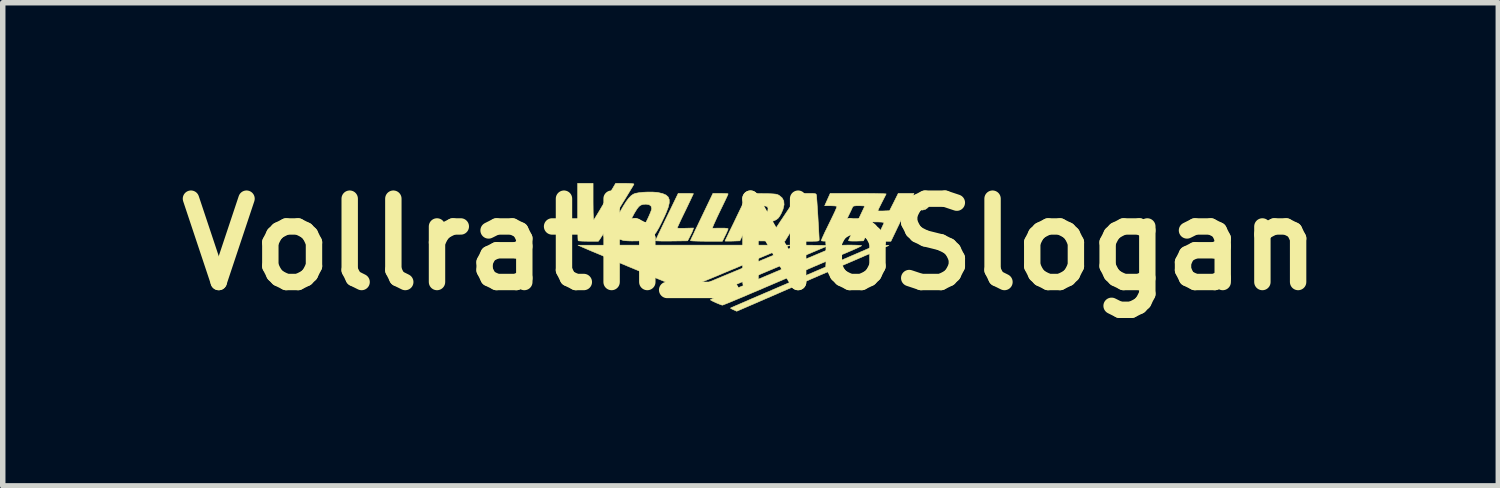
<source format=kicad_pcb>
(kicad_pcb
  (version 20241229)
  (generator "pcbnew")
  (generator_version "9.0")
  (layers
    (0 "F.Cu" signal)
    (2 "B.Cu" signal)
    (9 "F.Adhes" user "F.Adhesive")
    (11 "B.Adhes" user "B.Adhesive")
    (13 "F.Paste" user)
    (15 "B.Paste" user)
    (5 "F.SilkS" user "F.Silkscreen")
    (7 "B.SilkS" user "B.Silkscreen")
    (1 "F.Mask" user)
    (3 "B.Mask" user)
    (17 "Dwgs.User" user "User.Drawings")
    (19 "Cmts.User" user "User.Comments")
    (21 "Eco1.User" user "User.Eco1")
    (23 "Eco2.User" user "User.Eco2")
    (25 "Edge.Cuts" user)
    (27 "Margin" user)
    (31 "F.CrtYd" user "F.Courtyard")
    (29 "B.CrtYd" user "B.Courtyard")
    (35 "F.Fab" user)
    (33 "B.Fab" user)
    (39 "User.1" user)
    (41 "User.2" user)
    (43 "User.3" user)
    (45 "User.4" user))
  (footprint "Vollrath_NoSlogan"
    (layer "F.Cu")
    (at 10.675 1.418)
    (property "Reference" "Vollrath_NoSlogan" (at 0 0 0) (layer "F.SilkS") (effects (font (size 1.524 1.524) (thickness 0.3))))
    (attr through_hole)
    (fp_poly (pts (xy 3.142 -0.844) (xy 3.184 -0.834) (xy 3.21 -0.814) (xy 3.215 -0.791) (xy 3.201 -0.771) (xy 3.186 -0.75) (xy 3.192 -0.729) (xy 3.2 -0.702) (xy 3.192 -0.695) (xy 3.173 -0.709) (xy 3.167 -0.717) (xy 3.143 -0.743) (xy 3.125 -0.744) (xy 3.119 -0.721) (xy 3.119 -0.72) (xy 3.113 -0.697) (xy 3.104 -0.691) (xy 3.097 -0.704) (xy 3.092 -0.737) (xy 3.09 -0.77) (xy 3.09 -0.797) (xy 3.119 -0.797) (xy 3.128 -0.78) (xy 3.15 -0.779) (xy 3.175 -0.788) (xy 3.182 -0.797) (xy 3.17 -0.81) (xy 3.15 -0.816) (xy 3.124 -0.812) (xy 3.119 -0.797) (xy 3.09 -0.797) (xy 3.09 -0.848) (xy 3.142 -0.844)) (stroke (width 0.01) (type solid)) (fill yes) (layer "F.SilkS"))
    (fp_poly (pts (xy 3.2 -0.893) (xy 3.247 -0.862) (xy 3.278 -0.82) (xy 3.288 -0.773) (xy 3.288 -0.77) (xy 3.276 -0.717) (xy 3.243 -0.671) (xy 3.198 -0.64) (xy 3.146 -0.626) (xy 3.096 -0.634) (xy 3.058 -0.661) (xy 3.026 -0.7) (xy 3.007 -0.743) (xy 3.007 -0.749) (xy 3.044 -0.749) (xy 3.064 -0.702) (xy 3.081 -0.683) (xy 3.125 -0.655) (xy 3.165 -0.654) (xy 3.207 -0.679) (xy 3.218 -0.69) (xy 3.252 -0.737) (xy 3.257 -0.785) (xy 3.234 -0.833) (xy 3.23 -0.838) (xy 3.192 -0.867) (xy 3.144 -0.876) (xy 3.097 -0.866) (xy 3.069 -0.846) (xy 3.045 -0.801) (xy 3.044 -0.749) (xy 3.007 -0.749) (xy 3.006 -0.758) (xy 3.017 -0.816) (xy 3.049 -0.862) (xy 3.094 -0.892) (xy 3.146 -0.903) (xy 3.2 -0.893)) (stroke (width 0.01) (type solid)) (fill yes) (layer "F.SilkS"))
    (fp_poly (pts (xy -1.124 -0.931) (xy -1.078 -0.929) (xy -1.05 -0.927) (xy -1.044 -0.926) (xy -1.05 -0.912) (xy -1.067 -0.877) (xy -1.092 -0.823) (xy -1.125 -0.754) (xy -1.163 -0.674) (xy -1.192 -0.614) (xy -1.234 -0.528) (xy -1.271 -0.451) (xy -1.301 -0.386) (xy -1.324 -0.336) (xy -1.338 -0.306) (xy -1.341 -0.299) (xy -1.327 -0.295) (xy -1.292 -0.293) (xy -1.24 -0.293) (xy -1.191 -0.294) (xy -1.042 -0.298) (xy -1.052 -0.266) (xy -1.063 -0.236) (xy -1.084 -0.192) (xy -1.106 -0.148) (xy -1.15 -0.064) (xy -1.443 -0.06) (xy -1.53 -0.059) (xy -1.607 -0.059) (xy -1.67 -0.061) (xy -1.714 -0.063) (xy -1.735 -0.066) (xy -1.736 -0.067) (xy -1.73 -0.082) (xy -1.713 -0.119) (xy -1.687 -0.175) (xy -1.652 -0.248) (xy -1.611 -0.334) (xy -1.565 -0.43) (xy -1.529 -0.504) (xy -1.322 -0.931) (xy -1.183 -0.931) (xy -1.124 -0.931)) (stroke (width 0.01) (type solid)) (fill yes) (layer "F.SilkS"))
    (fp_poly (pts (xy 0.445 0.133) (xy 0.373 0.163) (xy 0.28 0.202) (xy 0.169 0.248) (xy 0.043 0.301) (xy -0.092 0.357) (xy -0.232 0.417) (xy -0.375 0.476) (xy -0.501 0.529) (xy -0.631 0.584) (xy -0.755 0.635) (xy -0.869 0.682) (xy -0.97 0.723) (xy -1.057 0.758) (xy -1.127 0.785) (xy -1.177 0.803) (xy -1.204 0.812) (xy -1.206 0.813) (xy -1.226 0.81) (xy -1.263 0.799) (xy -1.319 0.78) (xy -1.394 0.751) (xy -1.491 0.713) (xy -1.609 0.665) (xy -1.751 0.607) (xy -1.918 0.537) (xy -1.954 0.522) (xy -2.094 0.463) (xy -2.232 0.406) (xy -2.363 0.351) (xy -2.486 0.299) (xy -2.597 0.253) (xy -2.692 0.213) (xy -2.769 0.181) (xy -2.824 0.158) (xy -2.836 0.153) (xy -2.909 0.123) (xy -2.979 0.093) (xy -3.039 0.067) (xy -3.081 0.049) (xy -3.083 0.048) (xy -3.154 0.016) (xy -1.214 0.015) (xy 0.727 0.015) (xy 0.445 0.133)) (stroke (width 0.01) (type solid)) (fill yes) (layer "F.SilkS"))
    (fp_poly (pts (xy -0.489 -0.93) (xy -0.443 -0.928) (xy -0.415 -0.925) (xy -0.409 -0.922) (xy -0.415 -0.907) (xy -0.431 -0.871) (xy -0.455 -0.82) (xy -0.485 -0.758) (xy -0.496 -0.735) (xy -0.557 -0.609) (xy -0.606 -0.507) (xy -0.643 -0.426) (xy -0.67 -0.367) (xy -0.687 -0.326) (xy -0.695 -0.303) (xy -0.695 -0.295) (xy -0.677 -0.295) (xy -0.638 -0.295) (xy -0.584 -0.296) (xy -0.547 -0.296) (xy -0.478 -0.296) (xy -0.432 -0.292) (xy -0.41 -0.286) (xy -0.409 -0.283) (xy -0.415 -0.265) (xy -0.431 -0.228) (xy -0.453 -0.179) (xy -0.462 -0.163) (xy -0.514 -0.056) (xy -0.809 -0.056) (xy -0.9 -0.057) (xy -0.979 -0.059) (xy -1.04 -0.061) (xy -1.081 -0.064) (xy -1.098 -0.068) (xy -1.098 -0.069) (xy -1.091 -0.084) (xy -1.074 -0.122) (xy -1.046 -0.179) (xy -1.012 -0.253) (xy -0.97 -0.339) (xy -0.924 -0.436) (xy -0.89 -0.507) (xy -0.687 -0.931) (xy -0.548 -0.931) (xy -0.489 -0.93)) (stroke (width 0.01) (type solid)) (fill yes) (layer "F.SilkS"))
    (fp_poly (pts (xy 2.419 0.017) (xy 2.531 0.021) (xy 2.44 0.059) (xy 2.407 0.073) (xy 2.351 0.097) (xy 2.276 0.129) (xy 2.186 0.168) (xy 2.084 0.212) (xy 1.974 0.26) (xy 1.859 0.31) (xy 1.856 0.311) (xy 1.721 0.369) (xy 1.574 0.433) (xy 1.421 0.5) (xy 1.269 0.565) (xy 1.126 0.627) (xy 0.998 0.683) (xy 0.945 0.705) (xy 0.818 0.761) (xy 0.675 0.822) (xy 0.526 0.887) (xy 0.379 0.951) (xy 0.242 1.01) (xy 0.139 1.055) (xy -0.252 1.224) (xy -0.311 1.197) (xy -0.345 1.181) (xy -0.364 1.169) (xy -0.365 1.166) (xy -0.352 1.159) (xy -0.315 1.143) (xy -0.256 1.117) (xy -0.179 1.084) (xy -0.086 1.044) (xy 0.021 0.997) (xy 0.14 0.946) (xy 0.268 0.891) (xy 0.332 0.864) (xy 0.493 0.794) (xy 0.671 0.718) (xy 0.859 0.637) (xy 1.051 0.554) (xy 1.24 0.473) (xy 1.419 0.396) (xy 1.583 0.325) (xy 1.665 0.29) (xy 2.307 0.013) (xy 2.419 0.017)) (stroke (width 0.01) (type solid)) (fill yes) (layer "F.SilkS"))
    (fp_poly (pts (xy 1.145 0.017) (xy 1.425 0.021) (xy 1.252 0.095) (xy 1.199 0.117) (xy 1.124 0.149) (xy 1.032 0.188) (xy 0.926 0.233) (xy 0.81 0.281) (xy 0.69 0.332) (xy 0.572 0.382) (xy 0.433 0.44) (xy 0.281 0.504) (xy 0.122 0.571) (xy -0.037 0.638) (xy -0.188 0.702) (xy -0.324 0.759) (xy -0.385 0.785) (xy -0.491 0.829) (xy -0.589 0.87) (xy -0.676 0.905) (xy -0.749 0.935) (xy -0.804 0.957) (xy -0.839 0.97) (xy -0.851 0.973) (xy -0.87 0.968) (xy -0.909 0.953) (xy -0.961 0.931) (xy -0.999 0.915) (xy -1.052 0.889) (xy -1.093 0.868) (xy -1.116 0.852) (xy -1.119 0.846) (xy -1.102 0.838) (xy -1.065 0.82) (xy -1.012 0.797) (xy -0.95 0.771) (xy -0.945 0.769) (xy -0.903 0.752) (xy -0.838 0.725) (xy -0.752 0.689) (xy -0.649 0.646) (xy -0.53 0.596) (xy -0.4 0.542) (xy -0.26 0.484) (xy -0.114 0.423) (xy 0.035 0.36) (xy 0.041 0.358) (xy 0.866 0.014) (xy 1.145 0.017)) (stroke (width 0.01) (type solid)) (fill yes) (layer "F.SilkS"))
    (fp_poly (pts (xy -2.879 -0.773) (xy -2.878 -0.669) (xy -2.877 -0.581) (xy -2.874 -0.513) (xy -2.871 -0.467) (xy -2.868 -0.446) (xy -2.866 -0.445) (xy -2.856 -0.461) (xy -2.833 -0.497) (xy -2.8 -0.551) (xy -2.759 -0.619) (xy -2.712 -0.699) (xy -2.66 -0.786) (xy -2.66 -0.787) (xy -2.466 -1.115) (xy -2.299 -1.115) (xy -2.232 -1.114) (xy -2.179 -1.111) (xy -2.143 -1.107) (xy -2.131 -1.102) (xy -2.138 -1.088) (xy -2.158 -1.053) (xy -2.19 -1.001) (xy -2.231 -0.933) (xy -2.279 -0.854) (xy -2.333 -0.767) (xy -2.39 -0.674) (xy -2.45 -0.578) (xy -2.509 -0.483) (xy -2.566 -0.392) (xy -2.619 -0.307) (xy -2.666 -0.232) (xy -2.706 -0.169) (xy -2.736 -0.123) (xy -2.754 -0.095) (xy -2.782 -0.056) (xy -2.962 -0.056) (xy -3.031 -0.057) (xy -3.089 -0.059) (xy -3.131 -0.062) (xy -3.151 -0.065) (xy -3.151 -0.066) (xy -3.154 -0.082) (xy -3.156 -0.122) (xy -3.157 -0.185) (xy -3.159 -0.266) (xy -3.16 -0.363) (xy -3.161 -0.472) (xy -3.161 -0.59) (xy -3.161 -1.115) (xy -2.879 -1.115) (xy -2.879 -0.773)) (stroke (width 0.01) (type solid)) (fill yes) (layer "F.SilkS"))
    (fp_poly (pts (xy -1.785 -0.955) (xy -1.709 -0.95) (xy -1.686 -0.946) (xy -1.605 -0.927) (xy -1.545 -0.901) (xy -1.505 -0.865) (xy -1.486 -0.817) (xy -1.486 -0.755) (xy -1.505 -0.676) (xy -1.543 -0.578) (xy -1.569 -0.519) (xy -1.627 -0.398) (xy -1.677 -0.3) (xy -1.722 -0.224) (xy -1.766 -0.166) (xy -1.811 -0.124) (xy -1.861 -0.095) (xy -1.919 -0.077) (xy -1.986 -0.067) (xy -2.067 -0.062) (xy -2.095 -0.062) (xy -2.169 -0.061) (xy -2.238 -0.063) (xy -2.294 -0.067) (xy -2.326 -0.071) (xy -2.409 -0.098) (xy -2.469 -0.14) (xy -2.504 -0.19) (xy -2.518 -0.228) (xy -2.522 -0.268) (xy -2.515 -0.315) (xy -2.5 -0.362) (xy -2.212 -0.362) (xy -2.205 -0.329) (xy -2.18 -0.309) (xy -2.135 -0.299) (xy -2.079 -0.296) (xy -2.025 -0.298) (xy -1.99 -0.306) (xy -1.965 -0.321) (xy -1.96 -0.326) (xy -1.94 -0.354) (xy -1.913 -0.4) (xy -1.884 -0.457) (xy -1.856 -0.518) (xy -1.831 -0.576) (xy -1.813 -0.624) (xy -1.806 -0.655) (xy -1.806 -0.656) (xy -1.818 -0.698) (xy -1.852 -0.724) (xy -1.909 -0.734) (xy -1.914 -0.734) (xy -1.965 -0.73) (xy -2.006 -0.717) (xy -2.041 -0.691) (xy -2.076 -0.647) (xy -2.116 -0.582) (xy -2.128 -0.562) (xy -2.173 -0.476) (xy -2.201 -0.41) (xy -2.212 -0.362) (xy -2.5 -0.362) (xy -2.497 -0.372) (xy -2.466 -0.443) (xy -2.42 -0.531) (xy -2.383 -0.599) (xy -2.323 -0.703) (xy -2.272 -0.784) (xy -2.226 -0.845) (xy -2.184 -0.888) (xy -2.144 -0.916) (xy -2.107 -0.931) (xy -2.044 -0.943) (xy -1.963 -0.952) (xy -1.873 -0.956) (xy -1.785 -0.955)) (stroke (width 0.01) (type solid)) (fill yes) (layer "F.SilkS"))
    (fp_poly (pts (xy 1.9 0.015) (xy 1.961 0.017) (xy 2.006 0.02) (xy 2.029 0.023) (xy 2.032 0.025) (xy 2.02 0.034) (xy 1.986 0.051) (xy 1.936 0.075) (xy 1.874 0.102) (xy 1.859 0.109) (xy 1.809 0.13) (xy 1.737 0.161) (xy 1.646 0.199) (xy 1.54 0.245) (xy 1.423 0.294) (xy 1.299 0.347) (xy 1.17 0.402) (xy 1.094 0.435) (xy 0.946 0.498) (xy 0.786 0.566) (xy 0.618 0.637) (xy 0.45 0.709) (xy 0.288 0.778) (xy 0.139 0.842) (xy 0.008 0.897) (xy -0.001 0.901) (xy -0.112 0.949) (xy -0.216 0.992) (xy -0.309 1.031) (xy -0.388 1.064) (xy -0.451 1.089) (xy -0.494 1.106) (xy -0.515 1.113) (xy -0.516 1.113) (xy -0.534 1.107) (xy -0.571 1.093) (xy -0.62 1.073) (xy -0.631 1.068) (xy -0.679 1.046) (xy -0.715 1.028) (xy -0.733 1.016) (xy -0.734 1.015) (xy -0.721 1.007) (xy -0.689 0.991) (xy -0.641 0.97) (xy -0.61 0.957) (xy -0.574 0.942) (xy -0.515 0.917) (xy -0.436 0.884) (xy -0.339 0.843) (xy -0.227 0.796) (xy -0.103 0.743) (xy 0.03 0.687) (xy 0.169 0.628) (xy 0.268 0.586) (xy 0.464 0.503) (xy 0.635 0.43) (xy 0.785 0.366) (xy 0.914 0.311) (xy 1.025 0.264) (xy 1.119 0.225) (xy 1.198 0.191) (xy 1.265 0.163) (xy 1.321 0.139) (xy 1.367 0.12) (xy 1.407 0.103) (xy 1.441 0.089) (xy 1.472 0.076) (xy 1.501 0.064) (xy 1.506 0.062) (xy 1.553 0.043) (xy 1.59 0.03) (xy 1.626 0.022) (xy 1.667 0.017) (xy 1.72 0.015) (xy 1.791 0.014) (xy 1.827 0.014) (xy 1.9 0.015)) (stroke (width 0.01) (type solid)) (fill yes) (layer "F.SilkS"))
    (fp_poly (pts (xy 2.089 -0.931) (xy 2.196 -0.93) (xy 2.291 -0.929) (xy 2.37 -0.927) (xy 2.43 -0.925) (xy 2.468 -0.923) (xy 2.481 -0.921) (xy 2.481 -0.921) (xy 2.473 -0.905) (xy 2.455 -0.869) (xy 2.429 -0.819) (xy 2.402 -0.766) (xy 2.373 -0.708) (xy 2.349 -0.66) (xy 2.334 -0.626) (xy 2.328 -0.613) (xy 2.341 -0.61) (xy 2.376 -0.609) (xy 2.424 -0.609) (xy 2.436 -0.61) (xy 2.543 -0.614) (xy 2.623 -0.772) (xy 2.702 -0.931) (xy 2.846 -0.931) (xy 2.99 -0.931) (xy 2.869 -0.681) (xy 2.824 -0.587) (xy 2.775 -0.485) (xy 2.726 -0.385) (xy 2.683 -0.296) (xy 2.658 -0.243) (xy 2.568 -0.056) (xy 2.434 -0.056) (xy 2.37 -0.057) (xy 2.33 -0.06) (xy 2.308 -0.065) (xy 2.3 -0.074) (xy 2.3 -0.078) (xy 2.306 -0.099) (xy 2.323 -0.138) (xy 2.347 -0.191) (xy 2.371 -0.24) (xy 2.399 -0.298) (xy 2.422 -0.347) (xy 2.437 -0.381) (xy 2.441 -0.395) (xy 2.428 -0.402) (xy 2.392 -0.407) (xy 2.339 -0.409) (xy 2.236 -0.409) (xy 2.066 -0.064) (xy 1.929 -0.059) (xy 1.871 -0.059) (xy 1.825 -0.061) (xy 1.797 -0.065) (xy 1.792 -0.068) (xy 1.798 -0.084) (xy 1.815 -0.121) (xy 1.84 -0.176) (xy 1.873 -0.246) (xy 1.912 -0.327) (xy 1.94 -0.386) (xy 1.982 -0.471) (xy 2.018 -0.548) (xy 2.049 -0.613) (xy 2.072 -0.662) (xy 2.086 -0.691) (xy 2.088 -0.698) (xy 2.075 -0.702) (xy 2.041 -0.704) (xy 1.992 -0.706) (xy 1.982 -0.706) (xy 1.928 -0.705) (xy 1.894 -0.701) (xy 1.876 -0.694) (xy 1.866 -0.679) (xy 1.864 -0.674) (xy 1.854 -0.652) (xy 1.834 -0.609) (xy 1.805 -0.549) (xy 1.77 -0.476) (xy 1.731 -0.394) (xy 1.709 -0.349) (xy 1.567 -0.056) (xy 1.435 -0.056) (xy 1.377 -0.057) (xy 1.33 -0.059) (xy 1.3 -0.063) (xy 1.295 -0.065) (xy 1.298 -0.079) (xy 1.312 -0.115) (xy 1.336 -0.167) (xy 1.366 -0.233) (xy 1.4 -0.301) (xy 1.461 -0.426) (xy 1.51 -0.527) (xy 1.546 -0.603) (xy 1.569 -0.657) (xy 1.58 -0.687) (xy 1.58 -0.693) (xy 1.567 -0.699) (xy 1.533 -0.703) (xy 1.484 -0.705) (xy 1.469 -0.706) (xy 1.357 -0.706) (xy 1.407 -0.818) (xy 1.458 -0.931) (xy 1.972 -0.931) (xy 2.089 -0.931)) (stroke (width 0.01) (type solid)) (fill yes) (layer "F.SilkS"))
    (fp_poly (pts (xy 0.212 -0.928) (xy 0.306 -0.927) (xy 0.376 -0.924) (xy 0.427 -0.921) (xy 0.464 -0.917) (xy 0.491 -0.91) (xy 0.512 -0.901) (xy 0.522 -0.896) (xy 0.577 -0.851) (xy 0.608 -0.794) (xy 0.614 -0.725) (xy 0.595 -0.642) (xy 0.562 -0.565) (xy 0.532 -0.512) (xy 0.505 -0.477) (xy 0.473 -0.452) (xy 0.452 -0.441) (xy 0.406 -0.422) (xy 0.364 -0.411) (xy 0.35 -0.409) (xy 0.328 -0.408) (xy 0.317 -0.4) (xy 0.312 -0.379) (xy 0.311 -0.338) (xy 0.312 -0.321) (xy 0.314 -0.259) (xy 0.319 -0.196) (xy 0.322 -0.164) (xy 0.332 -0.095) (xy 0.55 -0.423) (xy 0.84 -0.423) (xy 0.84 -0.42) (xy 0.855 -0.419) (xy 0.89 -0.42) (xy 0.916 -0.421) (xy 0.988 -0.426) (xy 0.988 -0.538) (xy 0.987 -0.59) (xy 0.983 -0.628) (xy 0.979 -0.648) (xy 0.977 -0.648) (xy 0.967 -0.637) (xy 0.946 -0.608) (xy 0.921 -0.567) (xy 0.893 -0.522) (xy 0.868 -0.479) (xy 0.849 -0.443) (xy 0.84 -0.423) (xy 0.55 -0.423) (xy 0.889 -0.931) (xy 1.044 -0.931) (xy 1.112 -0.931) (xy 1.157 -0.93) (xy 1.183 -0.926) (xy 1.197 -0.919) (xy 1.204 -0.907) (xy 1.206 -0.9) (xy 1.208 -0.879) (xy 1.211 -0.835) (xy 1.216 -0.772) (xy 1.221 -0.695) (xy 1.227 -0.607) (xy 1.233 -0.513) (xy 1.238 -0.418) (xy 1.244 -0.327) (xy 1.248 -0.243) (xy 1.252 -0.172) (xy 1.255 -0.118) (xy 1.256 -0.085) (xy 1.256 -0.081) (xy 1.253 -0.069) (xy 1.24 -0.062) (xy 1.212 -0.058) (xy 1.163 -0.057) (xy 1.13 -0.056) (xy 1.003 -0.056) (xy 0.995 -0.219) (xy 0.864 -0.223) (xy 0.733 -0.227) (xy 0.628 -0.056) (xy 0.346 -0.06) (xy 0.064 -0.064) (xy 0.064 -0.529) (xy 0.164 -0.536) (xy 0.23 -0.544) (xy 0.274 -0.557) (xy 0.301 -0.58) (xy 0.316 -0.615) (xy 0.318 -0.622) (xy 0.321 -0.662) (xy 0.307 -0.688) (xy 0.273 -0.701) (xy 0.215 -0.703) (xy 0.201 -0.703) (xy 0.111 -0.699) (xy -0.194 -0.064) (xy -0.33 -0.059) (xy -0.388 -0.058) (xy -0.433 -0.058) (xy -0.461 -0.059) (xy -0.466 -0.06) (xy -0.46 -0.074) (xy -0.443 -0.109) (xy -0.418 -0.161) (xy -0.387 -0.227) (xy -0.35 -0.302) (xy -0.349 -0.304) (xy -0.303 -0.398) (xy -0.254 -0.501) (xy -0.205 -0.603) (xy -0.161 -0.694) (xy -0.141 -0.738) (xy -0.049 -0.932) (xy 0.212 -0.928)) (stroke (width 0.01) (type solid)) (fill yes) (layer "F.SilkS")))
  (gr_rect
    (start -3 -3)
    (end 24.351 5.836)
    (stroke (width 0.1) (type default))
    (fill no)
    (layer "Edge.Cuts")))
</source>
